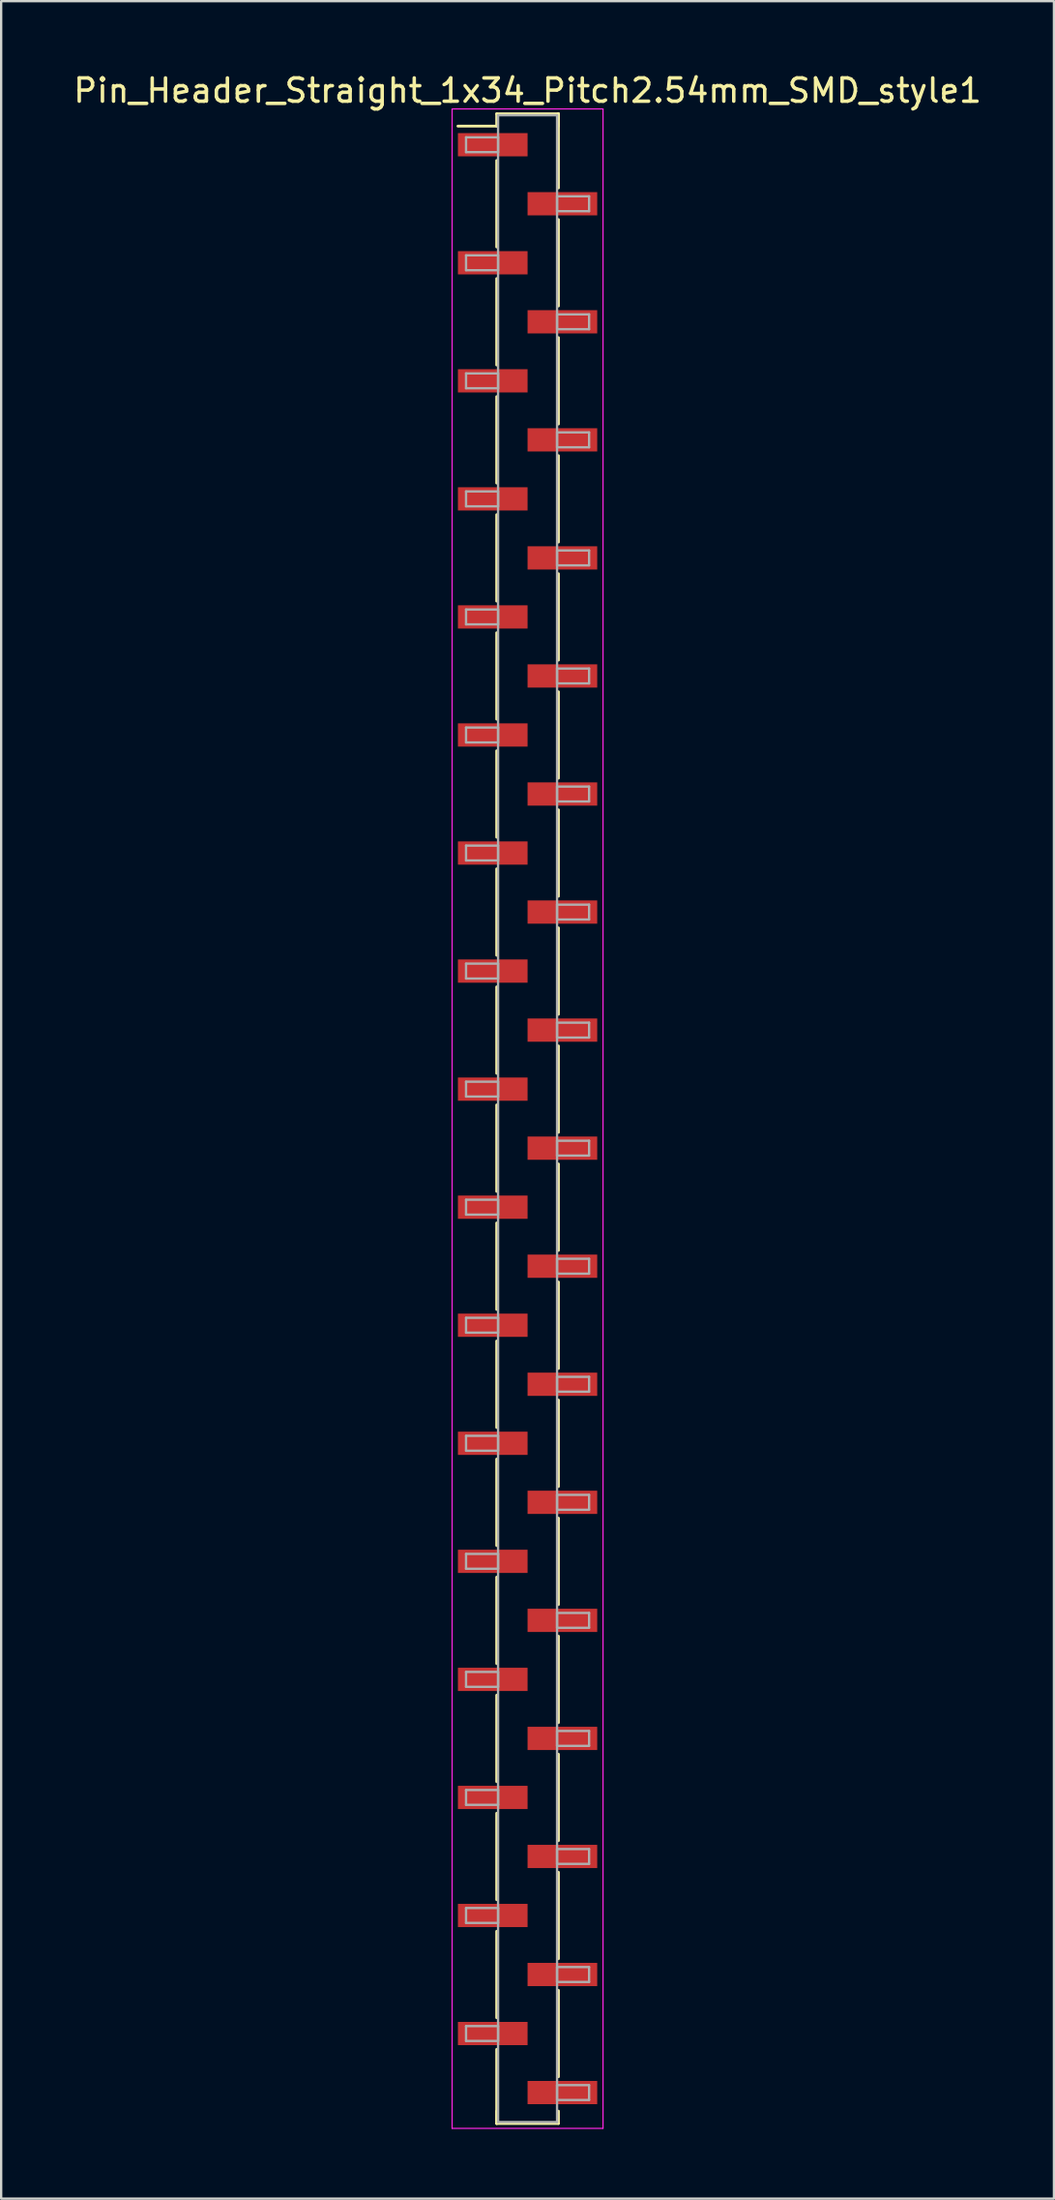
<source format=kicad_pcb>
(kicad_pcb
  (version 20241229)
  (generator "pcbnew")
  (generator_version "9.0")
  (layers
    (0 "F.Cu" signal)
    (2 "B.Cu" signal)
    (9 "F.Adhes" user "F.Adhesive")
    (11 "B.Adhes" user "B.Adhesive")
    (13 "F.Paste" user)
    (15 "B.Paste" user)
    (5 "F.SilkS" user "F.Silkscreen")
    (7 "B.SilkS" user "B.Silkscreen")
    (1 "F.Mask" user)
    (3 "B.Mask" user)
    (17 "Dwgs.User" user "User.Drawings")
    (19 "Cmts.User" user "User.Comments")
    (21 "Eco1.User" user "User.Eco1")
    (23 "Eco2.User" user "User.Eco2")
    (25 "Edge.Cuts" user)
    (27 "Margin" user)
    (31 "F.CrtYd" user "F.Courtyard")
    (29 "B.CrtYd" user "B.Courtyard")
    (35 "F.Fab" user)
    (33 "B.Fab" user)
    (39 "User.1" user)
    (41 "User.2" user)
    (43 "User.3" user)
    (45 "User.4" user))
  (footprint "Pin_Header_Straight_1x34_Pitch2.54mm_SMD_style1"
    (layer "F.Cu")
    (at 19.673 45.088)
    (property "Reference" "Pin_Header_Straight_1x34_Pitch2.54mm_SMD_style1" (at 0 -44.24 0) (layer "F.SilkS") (effects (font (size 1 1) (thickness 0.15))))
    (attr smd)
    (fp_line (start -1.33 -43.24) (end 1.33 -43.24) (stroke (width 0.12) (type solid)) (layer "F.SilkS"))
    (fp_line (start -1.33 -42.71) (end -3 -42.71) (stroke (width 0.12) (type solid)) (layer "F.SilkS"))
    (fp_line (start -1.33 -42.71) (end -1.33 -43.24) (stroke (width 0.12) (type solid)) (layer "F.SilkS"))
    (fp_line (start -1.33 -41.23) (end -1.33 -37.51) (stroke (width 0.12) (type solid)) (layer "F.SilkS"))
    (fp_line (start -1.33 -36.15) (end -1.33 -32.43) (stroke (width 0.12) (type solid)) (layer "F.SilkS"))
    (fp_line (start -1.33 -31.07) (end -1.33 -27.35) (stroke (width 0.12) (type solid)) (layer "F.SilkS"))
    (fp_line (start -1.33 -25.99) (end -1.33 -22.27) (stroke (width 0.12) (type solid)) (layer "F.SilkS"))
    (fp_line (start -1.33 -20.91) (end -1.33 -17.19) (stroke (width 0.12) (type solid)) (layer "F.SilkS"))
    (fp_line (start -1.33 -15.83) (end -1.33 -12.11) (stroke (width 0.12) (type solid)) (layer "F.SilkS"))
    (fp_line (start -1.33 -10.75) (end -1.33 -7.03) (stroke (width 0.12) (type solid)) (layer "F.SilkS"))
    (fp_line (start -1.33 -5.67) (end -1.33 -1.95) (stroke (width 0.12) (type solid)) (layer "F.SilkS"))
    (fp_line (start -1.33 -0.59) (end -1.33 3.13) (stroke (width 0.12) (type solid)) (layer "F.SilkS"))
    (fp_line (start -1.33 4.49) (end -1.33 8.21) (stroke (width 0.12) (type solid)) (layer "F.SilkS"))
    (fp_line (start -1.33 9.57) (end -1.33 13.29) (stroke (width 0.12) (type solid)) (layer "F.SilkS"))
    (fp_line (start -1.33 14.65) (end -1.33 18.37) (stroke (width 0.12) (type solid)) (layer "F.SilkS"))
    (fp_line (start -1.33 19.73) (end -1.33 23.45) (stroke (width 0.12) (type solid)) (layer "F.SilkS"))
    (fp_line (start -1.33 24.81) (end -1.33 28.53) (stroke (width 0.12) (type solid)) (layer "F.SilkS"))
    (fp_line (start -1.33 29.89) (end -1.33 33.61) (stroke (width 0.12) (type solid)) (layer "F.SilkS"))
    (fp_line (start -1.33 34.97) (end -1.33 38.69) (stroke (width 0.12) (type solid)) (layer "F.SilkS"))
    (fp_line (start -1.33 40.05) (end -1.33 43.24) (stroke (width 0.12) (type solid)) (layer "F.SilkS"))
    (fp_line (start -1.33 42.71) (end -1.33 43.24) (stroke (width 0.12) (type solid)) (layer "F.SilkS"))
    (fp_line (start -1.33 43.24) (end 1.33 43.24) (stroke (width 0.12) (type solid)) (layer "F.SilkS"))
    (fp_line (start 1.33 -43.24) (end 1.33 -42.71) (stroke (width 0.12) (type solid)) (layer "F.SilkS"))
    (fp_line (start 1.33 -43.24) (end 1.33 -40.05) (stroke (width 0.12) (type solid)) (layer "F.SilkS"))
    (fp_line (start 1.33 -38.69) (end 1.33 -34.97) (stroke (width 0.12) (type solid)) (layer "F.SilkS"))
    (fp_line (start 1.33 -33.61) (end 1.33 -29.89) (stroke (width 0.12) (type solid)) (layer "F.SilkS"))
    (fp_line (start 1.33 -28.53) (end 1.33 -24.81) (stroke (width 0.12) (type solid)) (layer "F.SilkS"))
    (fp_line (start 1.33 -23.45) (end 1.33 -19.73) (stroke (width 0.12) (type solid)) (layer "F.SilkS"))
    (fp_line (start 1.33 -18.37) (end 1.33 -14.65) (stroke (width 0.12) (type solid)) (layer "F.SilkS"))
    (fp_line (start 1.33 -13.29) (end 1.33 -9.57) (stroke (width 0.12) (type solid)) (layer "F.SilkS"))
    (fp_line (start 1.33 -8.21) (end 1.33 -4.49) (stroke (width 0.12) (type solid)) (layer "F.SilkS"))
    (fp_line (start 1.33 -3.13) (end 1.33 0.59) (stroke (width 0.12) (type solid)) (layer "F.SilkS"))
    (fp_line (start 1.33 1.95) (end 1.33 5.67) (stroke (width 0.12) (type solid)) (layer "F.SilkS"))
    (fp_line (start 1.33 7.03) (end 1.33 10.75) (stroke (width 0.12) (type solid)) (layer "F.SilkS"))
    (fp_line (start 1.33 12.11) (end 1.33 15.83) (stroke (width 0.12) (type solid)) (layer "F.SilkS"))
    (fp_line (start 1.33 17.19) (end 1.33 20.91) (stroke (width 0.12) (type solid)) (layer "F.SilkS"))
    (fp_line (start 1.33 22.27) (end 1.33 25.99) (stroke (width 0.12) (type solid)) (layer "F.SilkS"))
    (fp_line (start 1.33 27.35) (end 1.33 31.07) (stroke (width 0.12) (type solid)) (layer "F.SilkS"))
    (fp_line (start 1.33 32.43) (end 1.33 36.15) (stroke (width 0.12) (type solid)) (layer "F.SilkS"))
    (fp_line (start 1.33 37.51) (end 1.33 41.23) (stroke (width 0.12) (type solid)) (layer "F.SilkS"))
    (fp_line (start 1.33 43.24) (end 1.33 42.71) (stroke (width 0.12) (type solid)) (layer "F.SilkS"))
    (fp_line (start -3.25 -43.45) (end -3.25 43.45) (stroke (width 0.05) (type solid)) (layer "F.CrtYd"))
    (fp_line (start -3.25 43.45) (end 3.25 43.45) (stroke (width 0.05) (type solid)) (layer "F.CrtYd"))
    (fp_line (start 3.25 -43.45) (end -3.25 -43.45) (stroke (width 0.05) (type solid)) (layer "F.CrtYd"))
    (fp_line (start 3.25 43.45) (end 3.25 -43.45) (stroke (width 0.05) (type solid)) (layer "F.CrtYd"))
    (fp_line (start -2.65 -42.23) (end -1.27 -42.23) (stroke (width 0.1) (type solid)) (layer "F.Fab"))
    (fp_line (start -2.65 -41.59) (end -2.65 -42.23) (stroke (width 0.1) (type solid)) (layer "F.Fab"))
    (fp_line (start -2.65 -37.15) (end -1.27 -37.15) (stroke (width 0.1) (type solid)) (layer "F.Fab"))
    (fp_line (start -2.65 -36.51) (end -2.65 -37.15) (stroke (width 0.1) (type solid)) (layer "F.Fab"))
    (fp_line (start -2.65 -32.07) (end -1.27 -32.07) (stroke (width 0.1) (type solid)) (layer "F.Fab"))
    (fp_line (start -2.65 -31.43) (end -2.65 -32.07) (stroke (width 0.1) (type solid)) (layer "F.Fab"))
    (fp_line (start -2.65 -26.99) (end -1.27 -26.99) (stroke (width 0.1) (type solid)) (layer "F.Fab"))
    (fp_line (start -2.65 -26.35) (end -2.65 -26.99) (stroke (width 0.1) (type solid)) (layer "F.Fab"))
    (fp_line (start -2.65 -21.91) (end -1.27 -21.91) (stroke (width 0.1) (type solid)) (layer "F.Fab"))
    (fp_line (start -2.65 -21.27) (end -2.65 -21.91) (stroke (width 0.1) (type solid)) (layer "F.Fab"))
    (fp_line (start -2.65 -16.83) (end -1.27 -16.83) (stroke (width 0.1) (type solid)) (layer "F.Fab"))
    (fp_line (start -2.65 -16.19) (end -2.65 -16.83) (stroke (width 0.1) (type solid)) (layer "F.Fab"))
    (fp_line (start -2.65 -11.75) (end -1.27 -11.75) (stroke (width 0.1) (type solid)) (layer "F.Fab"))
    (fp_line (start -2.65 -11.11) (end -2.65 -11.75) (stroke (width 0.1) (type solid)) (layer "F.Fab"))
    (fp_line (start -2.65 -6.67) (end -1.27 -6.67) (stroke (width 0.1) (type solid)) (layer "F.Fab"))
    (fp_line (start -2.65 -6.03) (end -2.65 -6.67) (stroke (width 0.1) (type solid)) (layer "F.Fab"))
    (fp_line (start -2.65 -1.59) (end -1.27 -1.59) (stroke (width 0.1) (type solid)) (layer "F.Fab"))
    (fp_line (start -2.65 -0.95) (end -2.65 -1.59) (stroke (width 0.1) (type solid)) (layer "F.Fab"))
    (fp_line (start -2.65 3.49) (end -1.27 3.49) (stroke (width 0.1) (type solid)) (layer "F.Fab"))
    (fp_line (start -2.65 4.13) (end -2.65 3.49) (stroke (width 0.1) (type solid)) (layer "F.Fab"))
    (fp_line (start -2.65 8.57) (end -1.27 8.57) (stroke (width 0.1) (type solid)) (layer "F.Fab"))
    (fp_line (start -2.65 9.21) (end -2.65 8.57) (stroke (width 0.1) (type solid)) (layer "F.Fab"))
    (fp_line (start -2.65 13.65) (end -1.27 13.65) (stroke (width 0.1) (type solid)) (layer "F.Fab"))
    (fp_line (start -2.65 14.29) (end -2.65 13.65) (stroke (width 0.1) (type solid)) (layer "F.Fab"))
    (fp_line (start -2.65 18.73) (end -1.27 18.73) (stroke (width 0.1) (type solid)) (layer "F.Fab"))
    (fp_line (start -2.65 19.37) (end -2.65 18.73) (stroke (width 0.1) (type solid)) (layer "F.Fab"))
    (fp_line (start -2.65 23.81) (end -1.27 23.81) (stroke (width 0.1) (type solid)) (layer "F.Fab"))
    (fp_line (start -2.65 24.45) (end -2.65 23.81) (stroke (width 0.1) (type solid)) (layer "F.Fab"))
    (fp_line (start -2.65 28.89) (end -1.27 28.89) (stroke (width 0.1) (type solid)) (layer "F.Fab"))
    (fp_line (start -2.65 29.53) (end -2.65 28.89) (stroke (width 0.1) (type solid)) (layer "F.Fab"))
    (fp_line (start -2.65 33.97) (end -1.27 33.97) (stroke (width 0.1) (type solid)) (layer "F.Fab"))
    (fp_line (start -2.65 34.61) (end -2.65 33.97) (stroke (width 0.1) (type solid)) (layer "F.Fab"))
    (fp_line (start -2.65 39.05) (end -1.27 39.05) (stroke (width 0.1) (type solid)) (layer "F.Fab"))
    (fp_line (start -2.65 39.69) (end -2.65 39.05) (stroke (width 0.1) (type solid)) (layer "F.Fab"))
    (fp_line (start -1.27 -43.18) (end -1.27 43.18) (stroke (width 0.1) (type solid)) (layer "F.Fab"))
    (fp_line (start -1.27 -42.23) (end -1.27 -41.59) (stroke (width 0.1) (type solid)) (layer "F.Fab"))
    (fp_line (start -1.27 -41.59) (end -2.65 -41.59) (stroke (width 0.1) (type solid)) (layer "F.Fab"))
    (fp_line (start -1.27 -37.15) (end -1.27 -36.51) (stroke (width 0.1) (type solid)) (layer "F.Fab"))
    (fp_line (start -1.27 -36.51) (end -2.65 -36.51) (stroke (width 0.1) (type solid)) (layer "F.Fab"))
    (fp_line (start -1.27 -32.07) (end -1.27 -31.43) (stroke (width 0.1) (type solid)) (layer "F.Fab"))
    (fp_line (start -1.27 -31.43) (end -2.65 -31.43) (stroke (width 0.1) (type solid)) (layer "F.Fab"))
    (fp_line (start -1.27 -26.99) (end -1.27 -26.35) (stroke (width 0.1) (type solid)) (layer "F.Fab"))
    (fp_line (start -1.27 -26.35) (end -2.65 -26.35) (stroke (width 0.1) (type solid)) (layer "F.Fab"))
    (fp_line (start -1.27 -21.91) (end -1.27 -21.27) (stroke (width 0.1) (type solid)) (layer "F.Fab"))
    (fp_line (start -1.27 -21.27) (end -2.65 -21.27) (stroke (width 0.1) (type solid)) (layer "F.Fab"))
    (fp_line (start -1.27 -16.83) (end -1.27 -16.19) (stroke (width 0.1) (type solid)) (layer "F.Fab"))
    (fp_line (start -1.27 -16.19) (end -2.65 -16.19) (stroke (width 0.1) (type solid)) (layer "F.Fab"))
    (fp_line (start -1.27 -11.75) (end -1.27 -11.11) (stroke (width 0.1) (type solid)) (layer "F.Fab"))
    (fp_line (start -1.27 -11.11) (end -2.65 -11.11) (stroke (width 0.1) (type solid)) (layer "F.Fab"))
    (fp_line (start -1.27 -6.67) (end -1.27 -6.03) (stroke (width 0.1) (type solid)) (layer "F.Fab"))
    (fp_line (start -1.27 -6.03) (end -2.65 -6.03) (stroke (width 0.1) (type solid)) (layer "F.Fab"))
    (fp_line (start -1.27 -1.59) (end -1.27 -0.95) (stroke (width 0.1) (type solid)) (layer "F.Fab"))
    (fp_line (start -1.27 -0.95) (end -2.65 -0.95) (stroke (width 0.1) (type solid)) (layer "F.Fab"))
    (fp_line (start -1.27 3.49) (end -1.27 4.13) (stroke (width 0.1) (type solid)) (layer "F.Fab"))
    (fp_line (start -1.27 4.13) (end -2.65 4.13) (stroke (width 0.1) (type solid)) (layer "F.Fab"))
    (fp_line (start -1.27 8.57) (end -1.27 9.21) (stroke (width 0.1) (type solid)) (layer "F.Fab"))
    (fp_line (start -1.27 9.21) (end -2.65 9.21) (stroke (width 0.1) (type solid)) (layer "F.Fab"))
    (fp_line (start -1.27 13.65) (end -1.27 14.29) (stroke (width 0.1) (type solid)) (layer "F.Fab"))
    (fp_line (start -1.27 14.29) (end -2.65 14.29) (stroke (width 0.1) (type solid)) (layer "F.Fab"))
    (fp_line (start -1.27 18.73) (end -1.27 19.37) (stroke (width 0.1) (type solid)) (layer "F.Fab"))
    (fp_line (start -1.27 19.37) (end -2.65 19.37) (stroke (width 0.1) (type solid)) (layer "F.Fab"))
    (fp_line (start -1.27 23.81) (end -1.27 24.45) (stroke (width 0.1) (type solid)) (layer "F.Fab"))
    (fp_line (start -1.27 24.45) (end -2.65 24.45) (stroke (width 0.1) (type solid)) (layer "F.Fab"))
    (fp_line (start -1.27 28.89) (end -1.27 29.53) (stroke (width 0.1) (type solid)) (layer "F.Fab"))
    (fp_line (start -1.27 29.53) (end -2.65 29.53) (stroke (width 0.1) (type solid)) (layer "F.Fab"))
    (fp_line (start -1.27 33.97) (end -1.27 34.61) (stroke (width 0.1) (type solid)) (layer "F.Fab"))
    (fp_line (start -1.27 34.61) (end -2.65 34.61) (stroke (width 0.1) (type solid)) (layer "F.Fab"))
    (fp_line (start -1.27 39.05) (end -1.27 39.69) (stroke (width 0.1) (type solid)) (layer "F.Fab"))
    (fp_line (start -1.27 39.69) (end -2.65 39.69) (stroke (width 0.1) (type solid)) (layer "F.Fab"))
    (fp_line (start -1.27 43.18) (end 1.27 43.18) (stroke (width 0.1) (type solid)) (layer "F.Fab"))
    (fp_line (start 1.27 -43.18) (end -1.27 -43.18) (stroke (width 0.1) (type solid)) (layer "F.Fab"))
    (fp_line (start 1.27 -39.69) (end 1.27 -39.05) (stroke (width 0.1) (type solid)) (layer "F.Fab"))
    (fp_line (start 1.27 -39.05) (end 2.65 -39.05) (stroke (width 0.1) (type solid)) (layer "F.Fab"))
    (fp_line (start 1.27 -34.61) (end 1.27 -33.97) (stroke (width 0.1) (type solid)) (layer "F.Fab"))
    (fp_line (start 1.27 -33.97) (end 2.65 -33.97) (stroke (width 0.1) (type solid)) (layer "F.Fab"))
    (fp_line (start 1.27 -29.53) (end 1.27 -28.89) (stroke (width 0.1) (type solid)) (layer "F.Fab"))
    (fp_line (start 1.27 -28.89) (end 2.65 -28.89) (stroke (width 0.1) (type solid)) (layer "F.Fab"))
    (fp_line (start 1.27 -24.45) (end 1.27 -23.81) (stroke (width 0.1) (type solid)) (layer "F.Fab"))
    (fp_line (start 1.27 -23.81) (end 2.65 -23.81) (stroke (width 0.1) (type solid)) (layer "F.Fab"))
    (fp_line (start 1.27 -19.37) (end 1.27 -18.73) (stroke (width 0.1) (type solid)) (layer "F.Fab"))
    (fp_line (start 1.27 -18.73) (end 2.65 -18.73) (stroke (width 0.1) (type solid)) (layer "F.Fab"))
    (fp_line (start 1.27 -14.29) (end 1.27 -13.65) (stroke (width 0.1) (type solid)) (layer "F.Fab"))
    (fp_line (start 1.27 -13.65) (end 2.65 -13.65) (stroke (width 0.1) (type solid)) (layer "F.Fab"))
    (fp_line (start 1.27 -9.21) (end 1.27 -8.57) (stroke (width 0.1) (type solid)) (layer "F.Fab"))
    (fp_line (start 1.27 -8.57) (end 2.65 -8.57) (stroke (width 0.1) (type solid)) (layer "F.Fab"))
    (fp_line (start 1.27 -4.13) (end 1.27 -3.49) (stroke (width 0.1) (type solid)) (layer "F.Fab"))
    (fp_line (start 1.27 -3.49) (end 2.65 -3.49) (stroke (width 0.1) (type solid)) (layer "F.Fab"))
    (fp_line (start 1.27 0.95) (end 1.27 1.59) (stroke (width 0.1) (type solid)) (layer "F.Fab"))
    (fp_line (start 1.27 1.59) (end 2.65 1.59) (stroke (width 0.1) (type solid)) (layer "F.Fab"))
    (fp_line (start 1.27 6.03) (end 1.27 6.67) (stroke (width 0.1) (type solid)) (layer "F.Fab"))
    (fp_line (start 1.27 6.67) (end 2.65 6.67) (stroke (width 0.1) (type solid)) (layer "F.Fab"))
    (fp_line (start 1.27 11.11) (end 1.27 11.75) (stroke (width 0.1) (type solid)) (layer "F.Fab"))
    (fp_line (start 1.27 11.75) (end 2.65 11.75) (stroke (width 0.1) (type solid)) (layer "F.Fab"))
    (fp_line (start 1.27 16.19) (end 1.27 16.83) (stroke (width 0.1) (type solid)) (layer "F.Fab"))
    (fp_line (start 1.27 16.83) (end 2.65 16.83) (stroke (width 0.1) (type solid)) (layer "F.Fab"))
    (fp_line (start 1.27 21.27) (end 1.27 21.91) (stroke (width 0.1) (type solid)) (layer "F.Fab"))
    (fp_line (start 1.27 21.91) (end 2.65 21.91) (stroke (width 0.1) (type solid)) (layer "F.Fab"))
    (fp_line (start 1.27 26.35) (end 1.27 26.99) (stroke (width 0.1) (type solid)) (layer "F.Fab"))
    (fp_line (start 1.27 26.99) (end 2.65 26.99) (stroke (width 0.1) (type solid)) (layer "F.Fab"))
    (fp_line (start 1.27 31.43) (end 1.27 32.07) (stroke (width 0.1) (type solid)) (layer "F.Fab"))
    (fp_line (start 1.27 32.07) (end 2.65 32.07) (stroke (width 0.1) (type solid)) (layer "F.Fab"))
    (fp_line (start 1.27 36.51) (end 1.27 37.15) (stroke (width 0.1) (type solid)) (layer "F.Fab"))
    (fp_line (start 1.27 37.15) (end 2.65 37.15) (stroke (width 0.1) (type solid)) (layer "F.Fab"))
    (fp_line (start 1.27 41.59) (end 1.27 42.23) (stroke (width 0.1) (type solid)) (layer "F.Fab"))
    (fp_line (start 1.27 42.23) (end 2.65 42.23) (stroke (width 0.1) (type solid)) (layer "F.Fab"))
    (fp_line (start 1.27 43.18) (end 1.27 -43.18) (stroke (width 0.1) (type solid)) (layer "F.Fab"))
    (fp_line (start 2.65 -39.69) (end 1.27 -39.69) (stroke (width 0.1) (type solid)) (layer "F.Fab"))
    (fp_line (start 2.65 -39.05) (end 2.65 -39.69) (stroke (width 0.1) (type solid)) (layer "F.Fab"))
    (fp_line (start 2.65 -34.61) (end 1.27 -34.61) (stroke (width 0.1) (type solid)) (layer "F.Fab"))
    (fp_line (start 2.65 -33.97) (end 2.65 -34.61) (stroke (width 0.1) (type solid)) (layer "F.Fab"))
    (fp_line (start 2.65 -29.53) (end 1.27 -29.53) (stroke (width 0.1) (type solid)) (layer "F.Fab"))
    (fp_line (start 2.65 -28.89) (end 2.65 -29.53) (stroke (width 0.1) (type solid)) (layer "F.Fab"))
    (fp_line (start 2.65 -24.45) (end 1.27 -24.45) (stroke (width 0.1) (type solid)) (layer "F.Fab"))
    (fp_line (start 2.65 -23.81) (end 2.65 -24.45) (stroke (width 0.1) (type solid)) (layer "F.Fab"))
    (fp_line (start 2.65 -19.37) (end 1.27 -19.37) (stroke (width 0.1) (type solid)) (layer "F.Fab"))
    (fp_line (start 2.65 -18.73) (end 2.65 -19.37) (stroke (width 0.1) (type solid)) (layer "F.Fab"))
    (fp_line (start 2.65 -14.29) (end 1.27 -14.29) (stroke (width 0.1) (type solid)) (layer "F.Fab"))
    (fp_line (start 2.65 -13.65) (end 2.65 -14.29) (stroke (width 0.1) (type solid)) (layer "F.Fab"))
    (fp_line (start 2.65 -9.21) (end 1.27 -9.21) (stroke (width 0.1) (type solid)) (layer "F.Fab"))
    (fp_line (start 2.65 -8.57) (end 2.65 -9.21) (stroke (width 0.1) (type solid)) (layer "F.Fab"))
    (fp_line (start 2.65 -4.13) (end 1.27 -4.13) (stroke (width 0.1) (type solid)) (layer "F.Fab"))
    (fp_line (start 2.65 -3.49) (end 2.65 -4.13) (stroke (width 0.1) (type solid)) (layer "F.Fab"))
    (fp_line (start 2.65 0.95) (end 1.27 0.95) (stroke (width 0.1) (type solid)) (layer "F.Fab"))
    (fp_line (start 2.65 1.59) (end 2.65 0.95) (stroke (width 0.1) (type solid)) (layer "F.Fab"))
    (fp_line (start 2.65 6.03) (end 1.27 6.03) (stroke (width 0.1) (type solid)) (layer "F.Fab"))
    (fp_line (start 2.65 6.67) (end 2.65 6.03) (stroke (width 0.1) (type solid)) (layer "F.Fab"))
    (fp_line (start 2.65 11.11) (end 1.27 11.11) (stroke (width 0.1) (type solid)) (layer "F.Fab"))
    (fp_line (start 2.65 11.75) (end 2.65 11.11) (stroke (width 0.1) (type solid)) (layer "F.Fab"))
    (fp_line (start 2.65 16.19) (end 1.27 16.19) (stroke (width 0.1) (type solid)) (layer "F.Fab"))
    (fp_line (start 2.65 16.83) (end 2.65 16.19) (stroke (width 0.1) (type solid)) (layer "F.Fab"))
    (fp_line (start 2.65 21.27) (end 1.27 21.27) (stroke (width 0.1) (type solid)) (layer "F.Fab"))
    (fp_line (start 2.65 21.91) (end 2.65 21.27) (stroke (width 0.1) (type solid)) (layer "F.Fab"))
    (fp_line (start 2.65 26.35) (end 1.27 26.35) (stroke (width 0.1) (type solid)) (layer "F.Fab"))
    (fp_line (start 2.65 26.99) (end 2.65 26.35) (stroke (width 0.1) (type solid)) (layer "F.Fab"))
    (fp_line (start 2.65 31.43) (end 1.27 31.43) (stroke (width 0.1) (type solid)) (layer "F.Fab"))
    (fp_line (start 2.65 32.07) (end 2.65 31.43) (stroke (width 0.1) (type solid)) (layer "F.Fab"))
    (fp_line (start 2.65 36.51) (end 1.27 36.51) (stroke (width 0.1) (type solid)) (layer "F.Fab"))
    (fp_line (start 2.65 37.15) (end 2.65 36.51) (stroke (width 0.1) (type solid)) (layer "F.Fab"))
    (fp_line (start 2.65 41.59) (end 1.27 41.59) (stroke (width 0.1) (type solid)) (layer "F.Fab"))
    (fp_line (start 2.65 42.23) (end 2.65 41.59) (stroke (width 0.1) (type solid)) (layer "F.Fab"))
    (pad "1" smd rect (at -1.5 -41.91) (size 3 1) (layers "F.Cu" "F.Mask"))
    (pad "2" smd rect (at 1.5 -39.37) (size 3 1) (layers "F.Cu" "F.Mask"))
    (pad "3" smd rect (at -1.5 -36.83) (size 3 1) (layers "F.Cu" "F.Mask"))
    (pad "4" smd rect (at 1.5 -34.29) (size 3 1) (layers "F.Cu" "F.Mask"))
    (pad "5" smd rect (at -1.5 -31.75) (size 3 1) (layers "F.Cu" "F.Mask"))
    (pad "6" smd rect (at 1.5 -29.21) (size 3 1) (layers "F.Cu" "F.Mask"))
    (pad "7" smd rect (at -1.5 -26.67) (size 3 1) (layers "F.Cu" "F.Mask"))
    (pad "8" smd rect (at 1.5 -24.13) (size 3 1) (layers "F.Cu" "F.Mask"))
    (pad "9" smd rect (at -1.5 -21.59) (size 3 1) (layers "F.Cu" "F.Mask"))
    (pad "10" smd rect (at 1.5 -19.05) (size 3 1) (layers "F.Cu" "F.Mask"))
    (pad "11" smd rect (at -1.5 -16.51) (size 3 1) (layers "F.Cu" "F.Mask"))
    (pad "12" smd rect (at 1.5 -13.97) (size 3 1) (layers "F.Cu" "F.Mask"))
    (pad "13" smd rect (at -1.5 -11.43) (size 3 1) (layers "F.Cu" "F.Mask"))
    (pad "14" smd rect (at 1.5 -8.89) (size 3 1) (layers "F.Cu" "F.Mask"))
    (pad "15" smd rect (at -1.5 -6.35) (size 3 1) (layers "F.Cu" "F.Mask"))
    (pad "16" smd rect (at 1.5 -3.81) (size 3 1) (layers "F.Cu" "F.Mask"))
    (pad "17" smd rect (at -1.5 -1.27) (size 3 1) (layers "F.Cu" "F.Mask"))
    (pad "18" smd rect (at 1.5 1.27) (size 3 1) (layers "F.Cu" "F.Mask"))
    (pad "19" smd rect (at -1.5 3.81) (size 3 1) (layers "F.Cu" "F.Mask"))
    (pad "20" smd rect (at 1.5 6.35) (size 3 1) (layers "F.Cu" "F.Mask"))
    (pad "21" smd rect (at -1.5 8.89) (size 3 1) (layers "F.Cu" "F.Mask"))
    (pad "22" smd rect (at 1.5 11.43) (size 3 1) (layers "F.Cu" "F.Mask"))
    (pad "23" smd rect (at -1.5 13.97) (size 3 1) (layers "F.Cu" "F.Mask"))
    (pad "24" smd rect (at 1.5 16.51) (size 3 1) (layers "F.Cu" "F.Mask"))
    (pad "25" smd rect (at -1.5 19.05) (size 3 1) (layers "F.Cu" "F.Mask"))
    (pad "26" smd rect (at 1.5 21.59) (size 3 1) (layers "F.Cu" "F.Mask"))
    (pad "27" smd rect (at -1.5 24.13) (size 3 1) (layers "F.Cu" "F.Mask"))
    (pad "28" smd rect (at 1.5 26.67) (size 3 1) (layers "F.Cu" "F.Mask"))
    (pad "29" smd rect (at -1.5 29.21) (size 3 1) (layers "F.Cu" "F.Mask"))
    (pad "30" smd rect (at 1.5 31.75) (size 3 1) (layers "F.Cu" "F.Mask"))
    (pad "31" smd rect (at -1.5 34.29) (size 3 1) (layers "F.Cu" "F.Mask"))
    (pad "32" smd rect (at 1.5 36.83) (size 3 1) (layers "F.Cu" "F.Mask"))
    (pad "33" smd rect (at -1.5 39.37) (size 3 1) (layers "F.Cu" "F.Mask"))
    (pad "34" smd rect (at 1.5 41.91) (size 3 1) (layers "F.Cu" "F.Mask")))
  (gr_rect
    (start -3 -3)
    (end 42.345 91.563)
    (stroke (width 0.1) (type default))
    (fill no)
    (layer "Edge.Cuts")))
</source>
